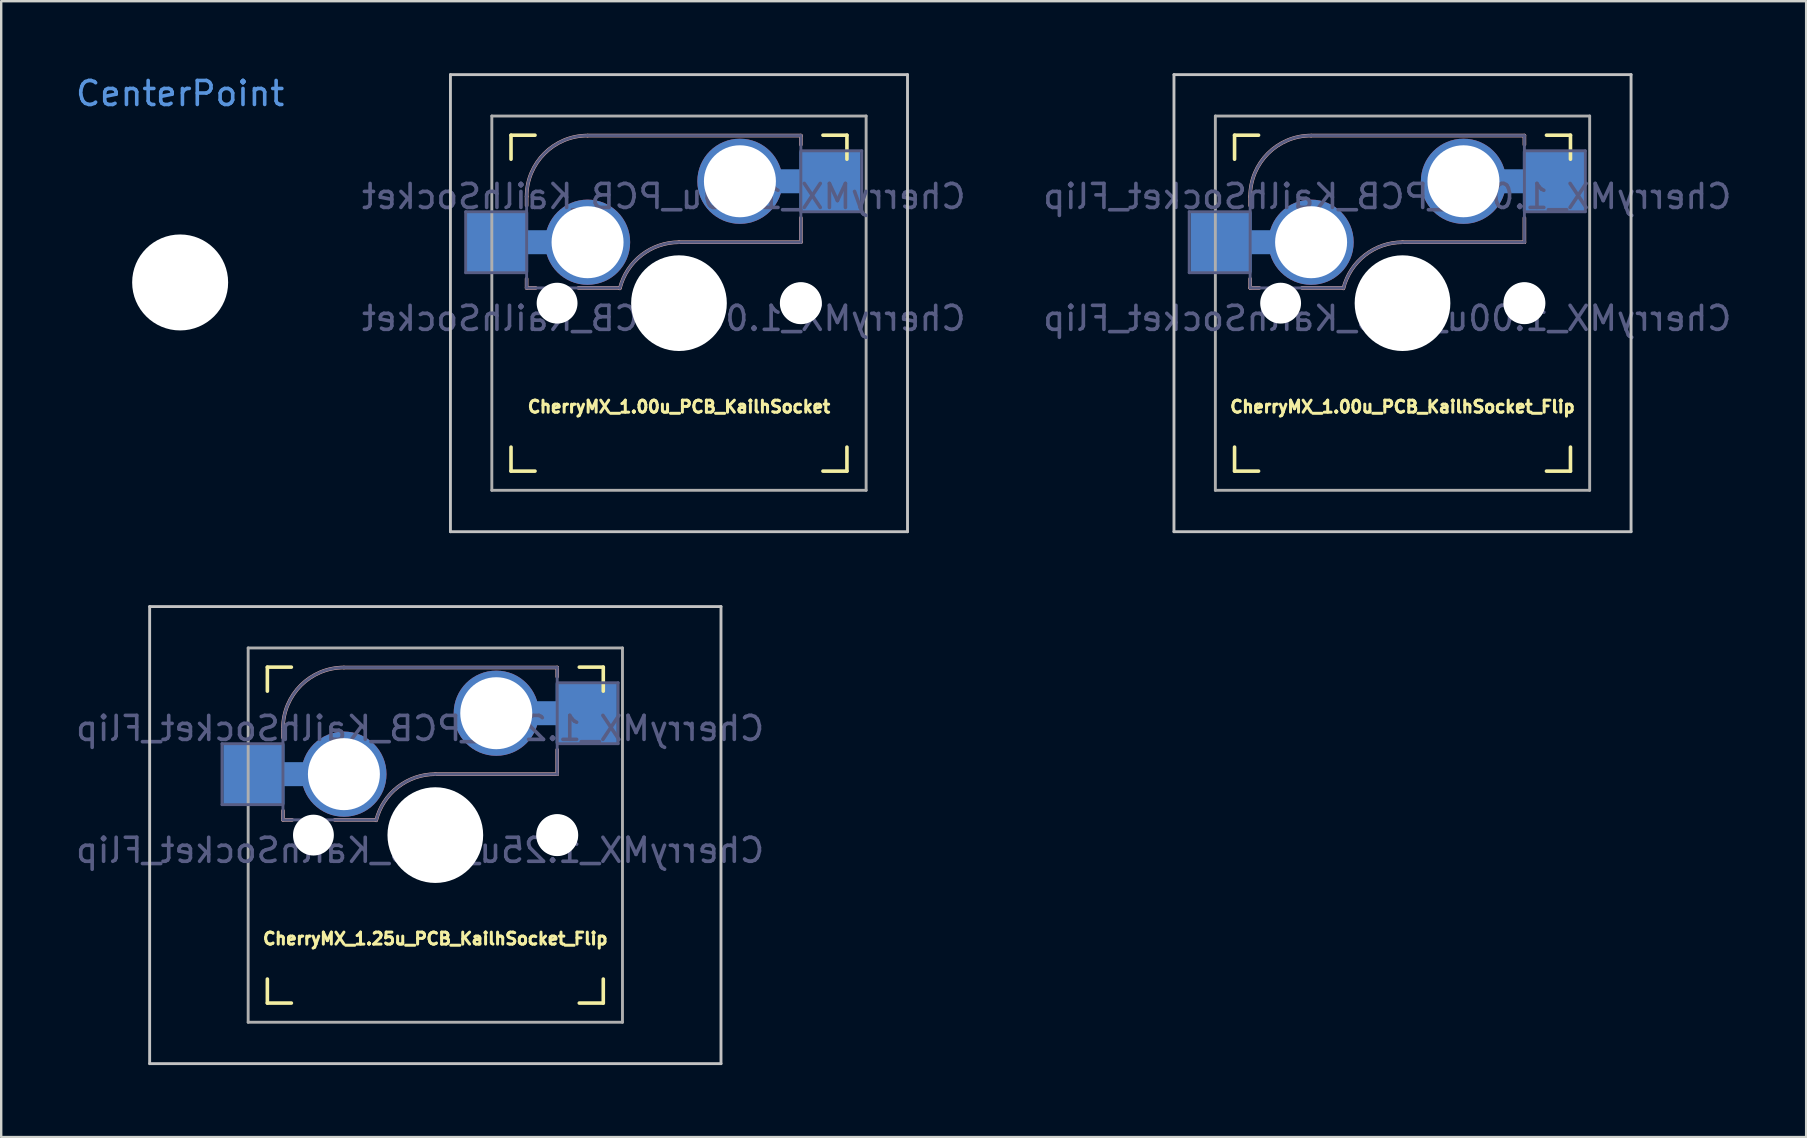
<source format=kicad_pcb>
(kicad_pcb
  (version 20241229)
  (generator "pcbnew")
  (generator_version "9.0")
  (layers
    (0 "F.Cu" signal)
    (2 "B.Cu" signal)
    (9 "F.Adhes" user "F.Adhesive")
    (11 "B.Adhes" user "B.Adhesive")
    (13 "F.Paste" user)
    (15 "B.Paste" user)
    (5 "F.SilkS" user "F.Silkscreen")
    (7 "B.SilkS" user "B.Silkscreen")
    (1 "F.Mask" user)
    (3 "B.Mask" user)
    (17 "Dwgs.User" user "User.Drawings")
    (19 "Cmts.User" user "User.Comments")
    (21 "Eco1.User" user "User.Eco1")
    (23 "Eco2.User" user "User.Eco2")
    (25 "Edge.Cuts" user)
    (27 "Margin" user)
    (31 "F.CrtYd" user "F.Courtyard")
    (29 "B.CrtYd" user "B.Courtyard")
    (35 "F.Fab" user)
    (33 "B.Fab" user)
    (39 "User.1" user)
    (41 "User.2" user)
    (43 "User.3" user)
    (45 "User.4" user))
  (footprint "CherryMX_1.00u_PCB_KailhSocket_Flip"
    (layer "F.Cu")
    (at 55.403 9.585)
    (property "Reference" "CherryMX_1.00u_PCB_KailhSocket_Flip" (at 0 4.318 0) (layer "F.SilkS") (effects (font (size 0.5 0.5) (thickness 0.125))))
    (property "Value" "CherryMX_1.00u_PCB_KailhSocket_Flip" (at 0 8.662 0) (layer "F.Fab") (hide yes) (effects (font (size 1 1) (thickness 0.15))))
    (attr through_hole)
    (fp_line (start -7 -6) (end -7 -7) (stroke (width 0.15) (type solid)) (layer "F.SilkS"))
    (fp_line (start -7 7) (end -7 6) (stroke (width 0.15) (type solid)) (layer "F.SilkS"))
    (fp_line (start -7 7) (end -6 7) (stroke (width 0.15) (type solid)) (layer "F.SilkS"))
    (fp_line (start -6 -7) (end -7 -7) (stroke (width 0.15) (type solid)) (layer "F.SilkS"))
    (fp_line (start 6 7) (end 7 7) (stroke (width 0.15) (type solid)) (layer "F.SilkS"))
    (fp_line (start 7 -7) (end 6 -7) (stroke (width 0.15) (type solid)) (layer "F.SilkS"))
    (fp_line (start 7 -7) (end 7 -6) (stroke (width 0.15) (type solid)) (layer "F.SilkS"))
    (fp_line (start 7 6) (end 7 7) (stroke (width 0.15) (type solid)) (layer "F.SilkS"))
    (fp_line (start -6.35 -4.445) (end -6.35 -4.064) (stroke (width 0.15) (type solid)) (layer "B.SilkS"))
    (fp_line (start -6.35 -1.016) (end -6.35 -0.635) (stroke (width 0.15) (type solid)) (layer "B.SilkS"))
    (fp_line (start -5.969 -0.635) (end -6.35 -0.635) (stroke (width 0.15) (type solid)) (layer "B.SilkS"))
    (fp_line (start -3.81 -6.985) (end 5.08 -6.985) (stroke (width 0.15) (type solid)) (layer "B.SilkS"))
    (fp_line (start -2.464 -0.635) (end -4.191 -0.635) (stroke (width 0.15) (type solid)) (layer "B.SilkS"))
    (fp_line (start 5.08 -6.985) (end 5.08 -6.604) (stroke (width 0.15) (type solid)) (layer "B.SilkS"))
    (fp_line (start 5.08 -3.556) (end 5.08 -2.54) (stroke (width 0.15) (type solid)) (layer "B.SilkS"))
    (fp_line (start 5.08 -2.54) (end 0 -2.54) (stroke (width 0.15) (type solid)) (layer "B.SilkS"))
    (fp_arc (start -6.35 -4.445) (mid -5.606051 -6.241051) (end -3.81 -6.985) (stroke (width 0.15) (type solid)) (layer "B.SilkS"))
    (fp_arc (start -2.464162 -0.61604) (mid -1.563147 -2.002042) (end 0 -2.54) (stroke (width 0.15) (type solid)) (layer "B.SilkS"))
    (fp_line (start -9.525 -9.525) (end 9.525 -9.525) (stroke (width 0.12) (type solid)) (layer "Dwgs.User"))
    (fp_line (start -9.525 9.525) (end -9.525 -9.525) (stroke (width 0.12) (type solid)) (layer "Dwgs.User"))
    (fp_line (start 9.525 -9.525) (end 9.525 9.525) (stroke (width 0.12) (type solid)) (layer "Dwgs.User"))
    (fp_line (start 9.525 9.525) (end -9.525 9.525) (stroke (width 0.12) (type solid)) (layer "Dwgs.User"))
    (fp_line (start -6.9 6.9) (end -6.9 -6.9) (stroke (width 0.15) (type solid)) (layer "Eco2.User"))
    (fp_line (start -6.9 6.9) (end 6.9 6.9) (stroke (width 0.15) (type solid)) (layer "Eco2.User"))
    (fp_line (start 6.9 -6.9) (end -6.9 -6.9) (stroke (width 0.15) (type solid)) (layer "Eco2.User"))
    (fp_line (start 6.9 -6.9) (end 6.9 6.9) (stroke (width 0.15) (type solid)) (layer "Eco2.User"))
    (fp_line (start -8.89 -3.81) (end -6.35 -3.81) (stroke (width 0.12) (type solid)) (layer "B.Fab"))
    (fp_line (start -8.89 -1.27) (end -8.89 -3.81) (stroke (width 0.12) (type solid)) (layer "B.Fab"))
    (fp_line (start -6.35 -1.27) (end -8.89 -1.27) (stroke (width 0.12) (type solid)) (layer "B.Fab"))
    (fp_line (start -6.35 -0.635) (end -6.35 -4.445) (stroke (width 0.12) (type solid)) (layer "B.Fab"))
    (fp_line (start -6.35 -0.635) (end -2.54 -0.635) (stroke (width 0.12) (type solid)) (layer "B.Fab"))
    (fp_line (start -3.81 -6.985) (end 5.08 -6.985) (stroke (width 0.12) (type solid)) (layer "B.Fab"))
    (fp_line (start 5.08 -6.985) (end 5.08 -2.54) (stroke (width 0.12) (type solid)) (layer "B.Fab"))
    (fp_line (start 5.08 -6.35) (end 7.62 -6.35) (stroke (width 0.12) (type solid)) (layer "B.Fab"))
    (fp_line (start 5.08 -2.54) (end 0 -2.54) (stroke (width 0.12) (type solid)) (layer "B.Fab"))
    (fp_line (start 7.62 -6.35) (end 7.62 -3.81) (stroke (width 0.12) (type solid)) (layer "B.Fab"))
    (fp_line (start 7.62 -3.81) (end 5.08 -3.81) (stroke (width 0.12) (type solid)) (layer "B.Fab"))
    (fp_arc (start -6.35 -4.445) (mid -5.606051 -6.241051) (end -3.81 -6.985) (stroke (width 0.12) (type solid)) (layer "B.Fab"))
    (fp_arc (start -2.464162 -0.61604) (mid -1.563147 -2.002042) (end 0 -2.54) (stroke (width 0.12) (type solid)) (layer "B.Fab"))
    (fp_line (start -7.8 -7.8) (end -7.8 7.8) (stroke (width 0.12) (type solid)) (layer "F.Fab"))
    (fp_line (start -7.8 -7.8) (end 7.8 -7.8) (stroke (width 0.12) (type solid)) (layer "F.Fab"))
    (fp_line (start -7.8 7.8) (end 7.8 7.8) (stroke (width 0.12) (type solid)) (layer "F.Fab"))
    (fp_line (start 7.8 -7.8) (end 7.8 7.8) (stroke (width 0.12) (type solid)) (layer "F.Fab"))
    (fp_text user "${REFERENCE}" (at -0.635 -4.445 0) (layer "B.Fab") (effects (font (size 1 1) (thickness 0.15)) (justify mirror)))
    (fp_text user "${VALUE}" (at -0.635 0.635 0) (layer "B.Fab") (effects (font (size 1 1) (thickness 0.15)) (justify mirror)))
    (pad "" np_thru_hole circle (at -5.08 0) (size 1.702 1.702) (drill 1.702) (layers "*.Cu" "*.Mask"))
    (pad "" np_thru_hole circle (at 0 0) (size 3.988 3.988) (drill 3.988) (layers "*.Cu" "*.Mask"))
    (pad "" np_thru_hole circle (at 5.08 0) (size 1.702 1.702) (drill 1.702) (layers "*.Cu" "*.Mask"))
    (pad "" np_thru_hole circle (at 5.08 0) (size 1.75 1.75) (drill 1.75) (layers "*.Cu" "*.Mask"))
    (pad "1" thru_hole circle (at 2.54 -5.08) (size 3.55 3.55) (drill 3) (layers "*.Cu"))
    (pad "1" connect rect (at 5.015 -5.08 270) (size 1 2.5) (layers "B.Cu"))
    (pad "1" smd rect (at 6.29 -5.08) (size 2.55 2.5) (layers "B.Cu" "B.Mask" "B.Paste"))
    (pad "2" smd rect (at -7.56 -2.54) (size 2.55 2.5) (layers "B.Cu" "B.Mask" "B.Paste"))
    (pad "2" connect rect (at -5.715 -2.54 90) (size 1 2.5) (layers "B.Cu"))
    (pad "2" thru_hole circle (at -3.81 -2.54) (size 3.55 3.55) (drill 3) (layers "*.Cu")))
  (footprint "CherryMX_1.00u_PCB_KailhSocket"
    (layer "F.Cu")
    (at 25.248 9.585)
    (property "Reference" "CherryMX_1.00u_PCB_KailhSocket" (at 0 4.318 0) (layer "F.SilkS") (effects (font (size 0.5 0.5) (thickness 0.125))))
    (property "Value" "CherryMX_1.00u_PCB_KailhSocket" (at 0 8.662 0) (layer "F.Fab") (hide yes) (effects (font (size 1 1) (thickness 0.15))))
    (attr through_hole)
    (fp_line (start -7 -6) (end -7 -7) (stroke (width 0.15) (type solid)) (layer "F.SilkS"))
    (fp_line (start -7 7) (end -7 6) (stroke (width 0.15) (type solid)) (layer "F.SilkS"))
    (fp_line (start -7 7) (end -6 7) (stroke (width 0.15) (type solid)) (layer "F.SilkS"))
    (fp_line (start -6 -7) (end -7 -7) (stroke (width 0.15) (type solid)) (layer "F.SilkS"))
    (fp_line (start 6 7) (end 7 7) (stroke (width 0.15) (type solid)) (layer "F.SilkS"))
    (fp_line (start 7 -7) (end 6 -7) (stroke (width 0.15) (type solid)) (layer "F.SilkS"))
    (fp_line (start 7 -7) (end 7 -6) (stroke (width 0.15) (type solid)) (layer "F.SilkS"))
    (fp_line (start 7 6) (end 7 7) (stroke (width 0.15) (type solid)) (layer "F.SilkS"))
    (fp_line (start -6.35 -4.445) (end -6.35 -4.064) (stroke (width 0.15) (type solid)) (layer "B.SilkS"))
    (fp_line (start -6.35 -1.016) (end -6.35 -0.635) (stroke (width 0.15) (type solid)) (layer "B.SilkS"))
    (fp_line (start -5.969 -0.635) (end -6.35 -0.635) (stroke (width 0.15) (type solid)) (layer "B.SilkS"))
    (fp_line (start -3.81 -6.985) (end 5.08 -6.985) (stroke (width 0.15) (type solid)) (layer "B.SilkS"))
    (fp_line (start -2.464 -0.635) (end -4.191 -0.635) (stroke (width 0.15) (type solid)) (layer "B.SilkS"))
    (fp_line (start 5.08 -6.985) (end 5.08 -6.604) (stroke (width 0.15) (type solid)) (layer "B.SilkS"))
    (fp_line (start 5.08 -3.556) (end 5.08 -2.54) (stroke (width 0.15) (type solid)) (layer "B.SilkS"))
    (fp_line (start 5.08 -2.54) (end 0 -2.54) (stroke (width 0.15) (type solid)) (layer "B.SilkS"))
    (fp_arc (start -6.35 -4.445) (mid -5.606051 -6.241051) (end -3.81 -6.985) (stroke (width 0.15) (type solid)) (layer "B.SilkS"))
    (fp_arc (start -2.464162 -0.61604) (mid -1.563147 -2.002042) (end 0 -2.54) (stroke (width 0.15) (type solid)) (layer "B.SilkS"))
    (fp_line (start -9.525 -9.525) (end 9.525 -9.525) (stroke (width 0.12) (type solid)) (layer "Dwgs.User"))
    (fp_line (start -9.525 9.525) (end -9.525 -9.525) (stroke (width 0.12) (type solid)) (layer "Dwgs.User"))
    (fp_line (start 9.525 -9.525) (end 9.525 9.525) (stroke (width 0.12) (type solid)) (layer "Dwgs.User"))
    (fp_line (start 9.525 9.525) (end -9.525 9.525) (stroke (width 0.12) (type solid)) (layer "Dwgs.User"))
    (fp_line (start -6.9 6.9) (end -6.9 -6.9) (stroke (width 0.15) (type solid)) (layer "Eco2.User"))
    (fp_line (start -6.9 6.9) (end 6.9 6.9) (stroke (width 0.15) (type solid)) (layer "Eco2.User"))
    (fp_line (start 6.9 -6.9) (end -6.9 -6.9) (stroke (width 0.15) (type solid)) (layer "Eco2.User"))
    (fp_line (start 6.9 -6.9) (end 6.9 6.9) (stroke (width 0.15) (type solid)) (layer "Eco2.User"))
    (fp_line (start -8.89 -3.81) (end -6.35 -3.81) (stroke (width 0.12) (type solid)) (layer "B.Fab"))
    (fp_line (start -8.89 -1.27) (end -8.89 -3.81) (stroke (width 0.12) (type solid)) (layer "B.Fab"))
    (fp_line (start -6.35 -1.27) (end -8.89 -1.27) (stroke (width 0.12) (type solid)) (layer "B.Fab"))
    (fp_line (start -6.35 -0.635) (end -6.35 -4.445) (stroke (width 0.12) (type solid)) (layer "B.Fab"))
    (fp_line (start -6.35 -0.635) (end -2.54 -0.635) (stroke (width 0.12) (type solid)) (layer "B.Fab"))
    (fp_line (start -3.81 -6.985) (end 5.08 -6.985) (stroke (width 0.12) (type solid)) (layer "B.Fab"))
    (fp_line (start 5.08 -6.985) (end 5.08 -2.54) (stroke (width 0.12) (type solid)) (layer "B.Fab"))
    (fp_line (start 5.08 -6.35) (end 7.62 -6.35) (stroke (width 0.12) (type solid)) (layer "B.Fab"))
    (fp_line (start 5.08 -2.54) (end 0 -2.54) (stroke (width 0.12) (type solid)) (layer "B.Fab"))
    (fp_line (start 7.62 -6.35) (end 7.62 -3.81) (stroke (width 0.12) (type solid)) (layer "B.Fab"))
    (fp_line (start 7.62 -3.81) (end 5.08 -3.81) (stroke (width 0.12) (type solid)) (layer "B.Fab"))
    (fp_arc (start -6.35 -4.445) (mid -5.606051 -6.241051) (end -3.81 -6.985) (stroke (width 0.12) (type solid)) (layer "B.Fab"))
    (fp_arc (start -2.464162 -0.61604) (mid -1.563147 -2.002042) (end 0 -2.54) (stroke (width 0.12) (type solid)) (layer "B.Fab"))
    (fp_line (start -7.8 -7.8) (end -7.8 7.8) (stroke (width 0.12) (type solid)) (layer "F.Fab"))
    (fp_line (start -7.8 -7.8) (end 7.8 -7.8) (stroke (width 0.12) (type solid)) (layer "F.Fab"))
    (fp_line (start -7.8 7.8) (end 7.8 7.8) (stroke (width 0.12) (type solid)) (layer "F.Fab"))
    (fp_line (start 7.8 -7.8) (end 7.8 7.8) (stroke (width 0.12) (type solid)) (layer "F.Fab"))
    (fp_text user "${REFERENCE}" (at -0.635 -4.445 0) (layer "B.Fab") (effects (font (size 1 1) (thickness 0.15)) (justify mirror)))
    (fp_text user "${VALUE}" (at -0.635 0.635 0) (layer "B.Fab") (effects (font (size 1 1) (thickness 0.15)) (justify mirror)))
    (pad "" np_thru_hole circle (at -5.08 0) (size 1.702 1.702) (drill 1.702) (layers "*.Cu" "*.Mask"))
    (pad "" np_thru_hole circle (at 0 0) (size 3.988 3.988) (drill 3.988) (layers "*.Cu" "*.Mask"))
    (pad "" np_thru_hole circle (at 5.08 0) (size 1.702 1.702) (drill 1.702) (layers "*.Cu" "*.Mask"))
    (pad "" np_thru_hole circle (at 5.08 0) (size 1.75 1.75) (drill 1.75) (layers "*.Cu" "*.Mask"))
    (pad "1" smd rect (at -7.56 -2.54) (size 2.55 2.5) (layers "B.Cu" "B.Mask" "B.Paste"))
    (pad "1" connect rect (at -5.715 -2.54 90) (size 1 2.5) (layers "B.Cu"))
    (pad "1" thru_hole circle (at -3.81 -2.54) (size 3.55 3.55) (drill 3) (layers "*.Cu"))
    (pad "2" thru_hole circle (at 2.54 -5.08) (size 3.55 3.55) (drill 3) (layers "*.Cu"))
    (pad "2" connect rect (at 5.015 -5.08 270) (size 1 2.5) (layers "B.Cu"))
    (pad "2" smd rect (at 6.29 -5.08) (size 2.55 2.5) (layers "B.Cu" "B.Mask" "B.Paste")))
  (footprint "CherryMX_1.25u_PCB_KailhSocket_Flip"
    (layer "F.Cu")
    (at 15.093 31.755)
    (property "Reference" "CherryMX_1.25u_PCB_KailhSocket_Flip" (at 0 4.318 0) (layer "F.SilkS") (effects (font (size 0.5 0.5) (thickness 0.125))))
    (property "Value" "CherryMX_1.25u_PCB_KailhSocket_Flip" (at 0 8.662 0) (layer "F.Fab") (hide yes) (effects (font (size 1 1) (thickness 0.15))))
    (attr through_hole)
    (fp_line (start -7 -6) (end -7 -7) (stroke (width 0.15) (type solid)) (layer "F.SilkS"))
    (fp_line (start -7 7) (end -7 6) (stroke (width 0.15) (type solid)) (layer "F.SilkS"))
    (fp_line (start -7 7) (end -6 7) (stroke (width 0.15) (type solid)) (layer "F.SilkS"))
    (fp_line (start -6 -7) (end -7 -7) (stroke (width 0.15) (type solid)) (layer "F.SilkS"))
    (fp_line (start 6 7) (end 7 7) (stroke (width 0.15) (type solid)) (layer "F.SilkS"))
    (fp_line (start 7 -7) (end 6 -7) (stroke (width 0.15) (type solid)) (layer "F.SilkS"))
    (fp_line (start 7 -7) (end 7 -6) (stroke (width 0.15) (type solid)) (layer "F.SilkS"))
    (fp_line (start 7 6) (end 7 7) (stroke (width 0.15) (type solid)) (layer "F.SilkS"))
    (fp_line (start -6.35 -4.445) (end -6.35 -4.064) (stroke (width 0.15) (type solid)) (layer "B.SilkS"))
    (fp_line (start -6.35 -1.016) (end -6.35 -0.635) (stroke (width 0.15) (type solid)) (layer "B.SilkS"))
    (fp_line (start -5.969 -0.635) (end -6.35 -0.635) (stroke (width 0.15) (type solid)) (layer "B.SilkS"))
    (fp_line (start -3.81 -6.985) (end 5.08 -6.985) (stroke (width 0.15) (type solid)) (layer "B.SilkS"))
    (fp_line (start -2.464 -0.635) (end -4.191 -0.635) (stroke (width 0.15) (type solid)) (layer "B.SilkS"))
    (fp_line (start 5.08 -6.985) (end 5.08 -6.604) (stroke (width 0.15) (type solid)) (layer "B.SilkS"))
    (fp_line (start 5.08 -3.556) (end 5.08 -2.54) (stroke (width 0.15) (type solid)) (layer "B.SilkS"))
    (fp_line (start 5.08 -2.54) (end 0 -2.54) (stroke (width 0.15) (type solid)) (layer "B.SilkS"))
    (fp_arc (start -6.35 -4.445) (mid -5.606051 -6.241051) (end -3.81 -6.985) (stroke (width 0.15) (type solid)) (layer "B.SilkS"))
    (fp_arc (start -2.464162 -0.61604) (mid -1.563147 -2.002042) (end 0 -2.54) (stroke (width 0.15) (type solid)) (layer "B.SilkS"))
    (fp_line (start -11.906 -9.525) (end 11.906 -9.525) (stroke (width 0.12) (type solid)) (layer "Dwgs.User"))
    (fp_line (start -11.906 9.525) (end -11.906 -9.525) (stroke (width 0.12) (type solid)) (layer "Dwgs.User"))
    (fp_line (start 11.906 -9.525) (end 11.906 9.525) (stroke (width 0.12) (type solid)) (layer "Dwgs.User"))
    (fp_line (start 11.906 9.525) (end -11.906 9.525) (stroke (width 0.12) (type solid)) (layer "Dwgs.User"))
    (fp_line (start -6.9 6.9) (end -6.9 -6.9) (stroke (width 0.15) (type solid)) (layer "Eco2.User"))
    (fp_line (start -6.9 6.9) (end 6.9 6.9) (stroke (width 0.15) (type solid)) (layer "Eco2.User"))
    (fp_line (start 6.9 -6.9) (end -6.9 -6.9) (stroke (width 0.15) (type solid)) (layer "Eco2.User"))
    (fp_line (start 6.9 -6.9) (end 6.9 6.9) (stroke (width 0.15) (type solid)) (layer "Eco2.User"))
    (fp_line (start -8.89 -3.81) (end -6.35 -3.81) (stroke (width 0.12) (type solid)) (layer "B.Fab"))
    (fp_line (start -8.89 -1.27) (end -8.89 -3.81) (stroke (width 0.12) (type solid)) (layer "B.Fab"))
    (fp_line (start -6.35 -1.27) (end -8.89 -1.27) (stroke (width 0.12) (type solid)) (layer "B.Fab"))
    (fp_line (start -6.35 -0.635) (end -6.35 -4.445) (stroke (width 0.12) (type solid)) (layer "B.Fab"))
    (fp_line (start -6.35 -0.635) (end -2.54 -0.635) (stroke (width 0.12) (type solid)) (layer "B.Fab"))
    (fp_line (start -3.81 -6.985) (end 5.08 -6.985) (stroke (width 0.12) (type solid)) (layer "B.Fab"))
    (fp_line (start 5.08 -6.985) (end 5.08 -2.54) (stroke (width 0.12) (type solid)) (layer "B.Fab"))
    (fp_line (start 5.08 -6.35) (end 7.62 -6.35) (stroke (width 0.12) (type solid)) (layer "B.Fab"))
    (fp_line (start 5.08 -2.54) (end 0 -2.54) (stroke (width 0.12) (type solid)) (layer "B.Fab"))
    (fp_line (start 7.62 -6.35) (end 7.62 -3.81) (stroke (width 0.12) (type solid)) (layer "B.Fab"))
    (fp_line (start 7.62 -3.81) (end 5.08 -3.81) (stroke (width 0.12) (type solid)) (layer "B.Fab"))
    (fp_arc (start -6.35 -4.445) (mid -5.606051 -6.241051) (end -3.81 -6.985) (stroke (width 0.12) (type solid)) (layer "B.Fab"))
    (fp_arc (start -2.464162 -0.61604) (mid -1.563147 -2.002042) (end 0 -2.54) (stroke (width 0.12) (type solid)) (layer "B.Fab"))
    (fp_line (start -7.8 -7.8) (end -7.8 7.8) (stroke (width 0.12) (type solid)) (layer "F.Fab"))
    (fp_line (start -7.8 -7.8) (end 7.8 -7.8) (stroke (width 0.12) (type solid)) (layer "F.Fab"))
    (fp_line (start -7.8 7.8) (end 7.8 7.8) (stroke (width 0.12) (type solid)) (layer "F.Fab"))
    (fp_line (start 7.8 -7.8) (end 7.8 7.8) (stroke (width 0.12) (type solid)) (layer "F.Fab"))
    (fp_text user "${REFERENCE}" (at -0.635 -4.445 0) (layer "B.Fab") (effects (font (size 1 1) (thickness 0.15)) (justify mirror)))
    (fp_text user "${VALUE}" (at -0.635 0.635 0) (layer "B.Fab") (effects (font (size 1 1) (thickness 0.15)) (justify mirror)))
    (pad "" np_thru_hole circle (at -5.08 0) (size 1.702 1.702) (drill 1.702) (layers "*.Cu" "*.Mask"))
    (pad "" np_thru_hole circle (at 0 0) (size 3.988 3.988) (drill 3.988) (layers "*.Cu" "*.Mask"))
    (pad "" np_thru_hole circle (at 5.08 0) (size 1.702 1.702) (drill 1.702) (layers "*.Cu" "*.Mask"))
    (pad "" np_thru_hole circle (at 5.08 0) (size 1.75 1.75) (drill 1.75) (layers "*.Cu" "*.Mask"))
    (pad "1" thru_hole circle (at 2.54 -5.08) (size 3.55 3.55) (drill 3) (layers "*.Cu"))
    (pad "1" connect rect (at 5.015 -5.08 270) (size 1 2.5) (layers "B.Cu"))
    (pad "1" smd rect (at 6.29 -5.08) (size 2.55 2.5) (layers "B.Cu" "B.Mask" "B.Paste"))
    (pad "2" smd rect (at -7.56 -2.54) (size 2.55 2.5) (layers "B.Cu" "B.Mask" "B.Paste"))
    (pad "2" connect rect (at -5.715 -2.54 90) (size 1 2.5) (layers "B.Cu"))
    (pad "2" thru_hole circle (at -3.81 -2.54) (size 3.55 3.55) (drill 3) (layers "*.Cu")))
  (footprint "CenterPoint"
    (layer "F.Cu")
    (at 4.458 8.722)
    (property "Reference" "CenterPoint" (at 0 -7.874 0) (layer "Cmts.User") (effects (font (size 1 1) (thickness 0.15))))
    (attr through_hole)
    (pad "" np_thru_hole circle (at 0 0) (size 4 4) (drill 4) (layers "*.Cu" "*.Mask")))
  (gr_rect
    (start -3 -3)
    (end 72.226 44.34)
    (stroke (width 0.1) (type default))
    (fill no)
    (layer "Edge.Cuts")))
</source>
